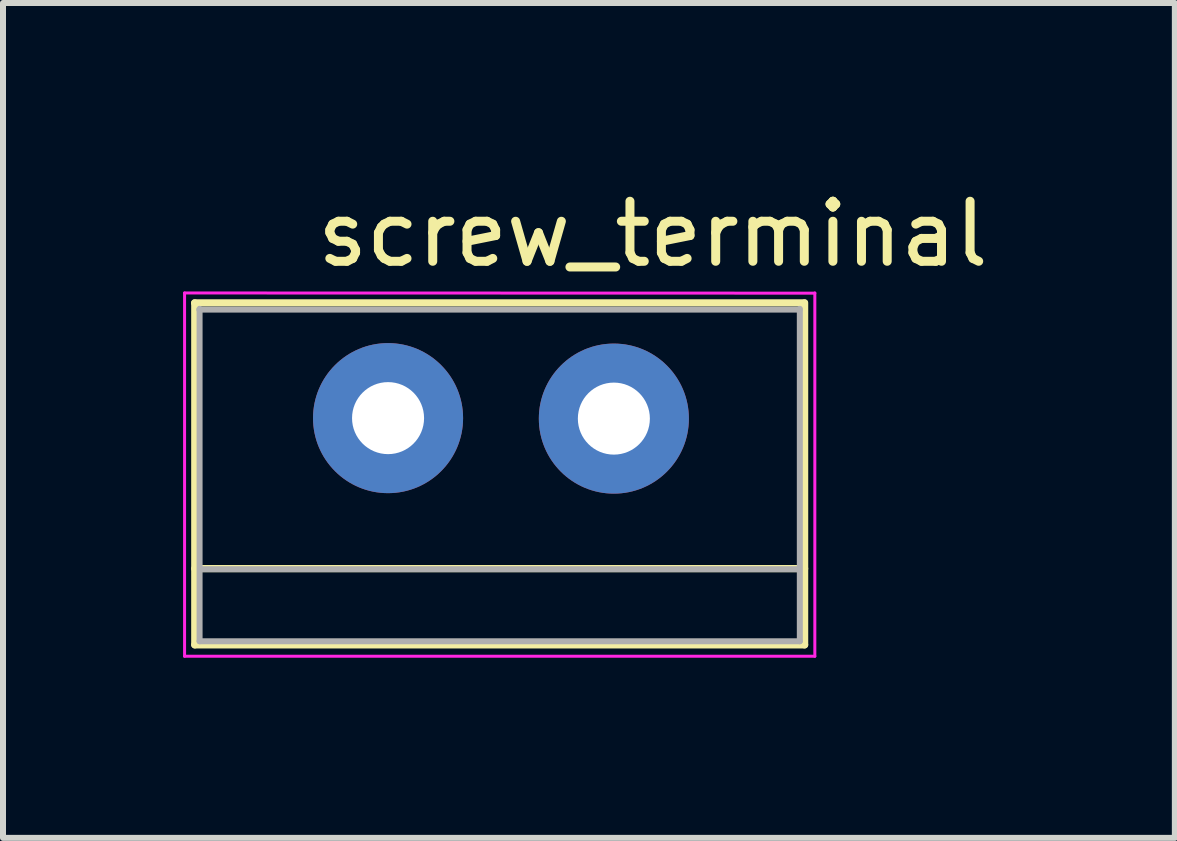
<source format=kicad_pcb>
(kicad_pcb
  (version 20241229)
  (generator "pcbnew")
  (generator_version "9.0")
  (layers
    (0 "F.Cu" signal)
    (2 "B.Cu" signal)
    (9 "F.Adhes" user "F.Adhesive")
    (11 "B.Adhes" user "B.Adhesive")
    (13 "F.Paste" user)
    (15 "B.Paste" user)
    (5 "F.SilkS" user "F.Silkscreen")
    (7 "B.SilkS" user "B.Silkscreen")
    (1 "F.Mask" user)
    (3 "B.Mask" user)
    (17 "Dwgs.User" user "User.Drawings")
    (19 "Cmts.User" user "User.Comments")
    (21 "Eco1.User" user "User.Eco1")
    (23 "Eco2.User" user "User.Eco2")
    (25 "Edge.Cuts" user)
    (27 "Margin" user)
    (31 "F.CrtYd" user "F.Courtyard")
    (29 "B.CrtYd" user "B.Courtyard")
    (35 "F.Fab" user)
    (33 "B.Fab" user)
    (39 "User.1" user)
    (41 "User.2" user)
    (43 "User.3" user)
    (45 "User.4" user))
  (footprint "screw_terminal"
    (layer "F.Cu")
    (at 5.206 5.768)
    (property "Reference" "screw_terminal" (at 2.62 -4.92 0) (layer "F.SilkS") (effects (font (size 1 1) (thickness 0.15))))
    (attr through_hole)
    (fp_line (start -5.011 -3.772) (end -5.011 1.925) (stroke (width 0.12) (type solid)) (layer "F.SilkS"))
    (fp_line (start -5.011 1.925) (end 5.149 1.925) (stroke (width 0.12) (type solid)) (layer "F.SilkS"))
    (fp_line (start 5.146 -3.772) (end -5.014 -3.772) (stroke (width 0.12) (type solid)) (layer "F.SilkS"))
    (fp_line (start 5.149 0.655) (end -5.011 0.655) (stroke (width 0.12) (type solid)) (layer "F.SilkS"))
    (fp_line (start 5.149 1.925) (end 5.149 -3.772) (stroke (width 0.12) (type solid)) (layer "F.SilkS"))
    (fp_line (start -5.181 -3.937) (end -5.181 2.115) (stroke (width 0.05) (type solid)) (layer "F.CrtYd"))
    (fp_line (start -5.181 -3.937) (end 5.319 -3.934) (stroke (width 0.05) (type solid)) (layer "F.CrtYd"))
    (fp_line (start 5.319 2.115) (end -5.181 2.115) (stroke (width 0.05) (type solid)) (layer "F.CrtYd"))
    (fp_line (start 5.319 2.115) (end 5.319 -3.937) (stroke (width 0.05) (type solid)) (layer "F.CrtYd"))
    (fp_line (start -4.931 -3.673) (end -4.931 1.865) (stroke (width 0.1) (type solid)) (layer "F.Fab"))
    (fp_line (start -4.931 1.865) (end 5.069 1.865) (stroke (width 0.1) (type solid)) (layer "F.Fab"))
    (fp_line (start -4.881 0.665) (end 5.019 0.665) (stroke (width 0.1) (type solid)) (layer "F.Fab"))
    (fp_line (start 5.065 -3.66) (end -4.935 -3.66) (stroke (width 0.1) (type solid)) (layer "F.Fab"))
    (fp_line (start 5.069 1.865) (end 5.069 -3.673) (stroke (width 0.1) (type solid)) (layer "F.Fab"))
    (pad "1" thru_hole circle (at -1.791 -1.852) (size 2.5 2.5) (drill 1.2) (layers "*.Cu" "*.Mask"))
    (pad "2" thru_hole circle (at 1.971 -1.844) (size 2.5 2.5) (drill 1.2) (layers "*.Cu" "*.Mask")))
  (gr_rect
    (start -3 -3)
    (end 16.523 10.909)
    (stroke (width 0.1) (type default))
    (fill no)
    (layer "Edge.Cuts")))
</source>
